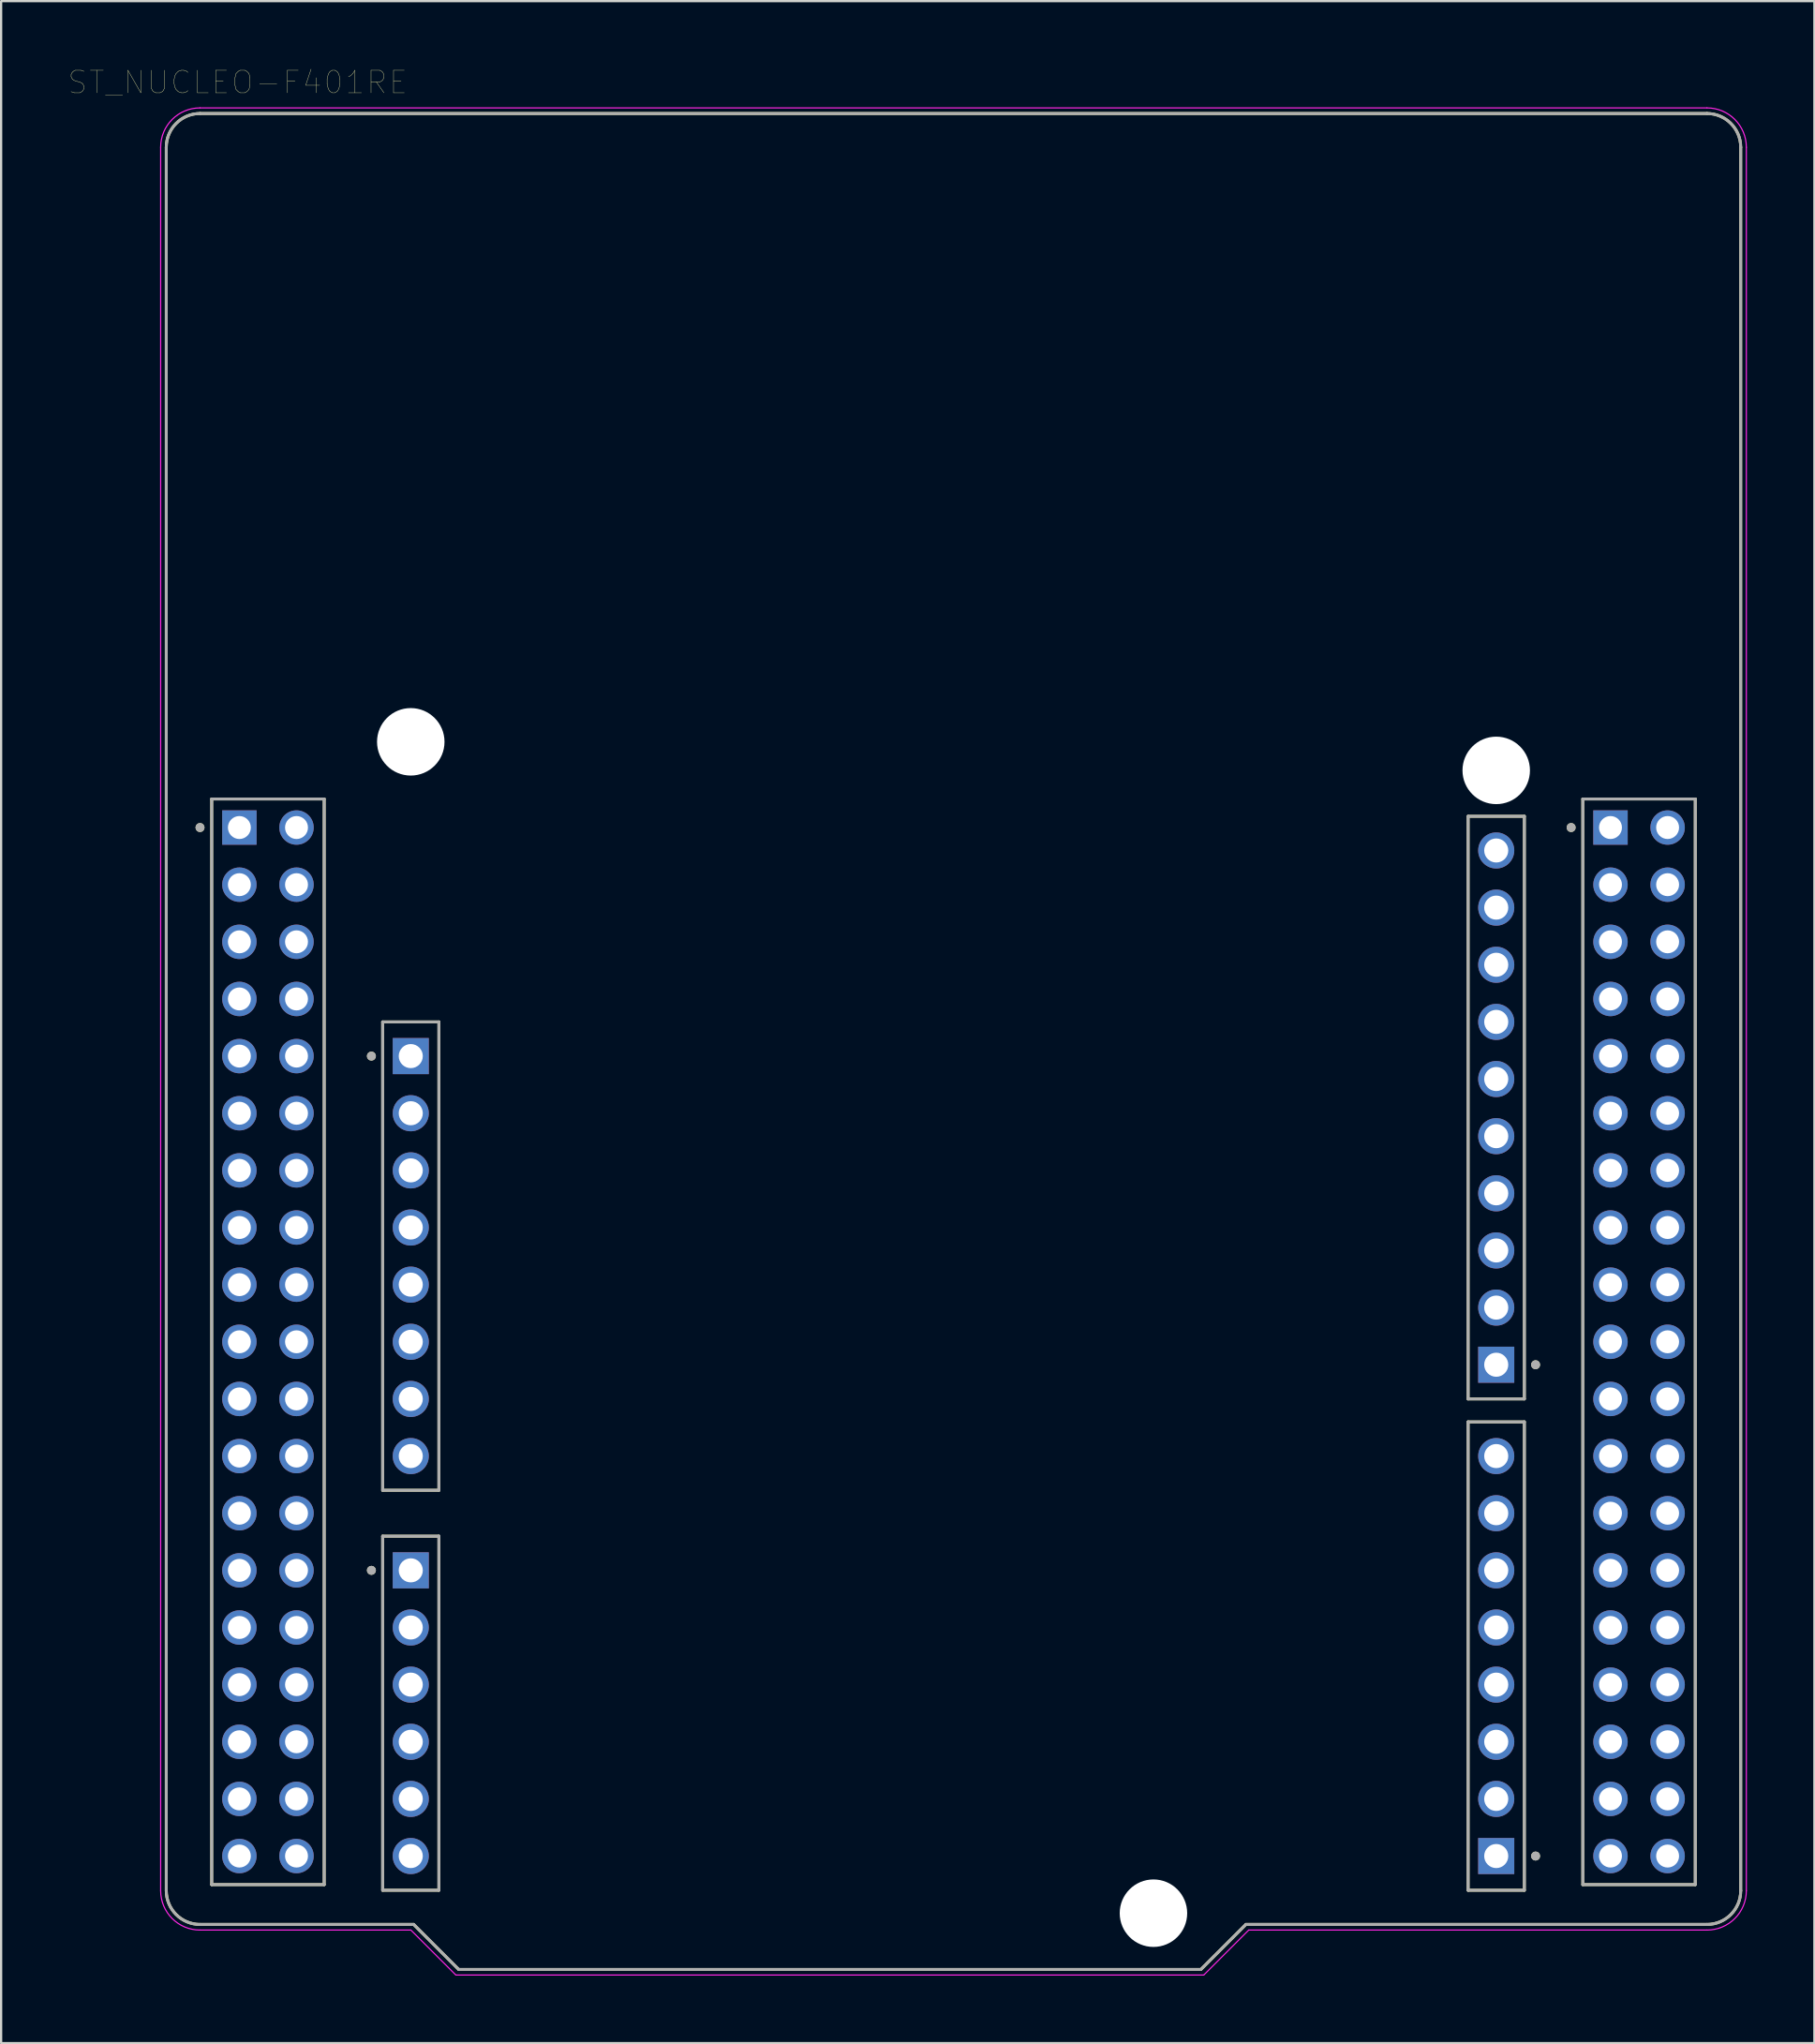
<source format=kicad_pcb>
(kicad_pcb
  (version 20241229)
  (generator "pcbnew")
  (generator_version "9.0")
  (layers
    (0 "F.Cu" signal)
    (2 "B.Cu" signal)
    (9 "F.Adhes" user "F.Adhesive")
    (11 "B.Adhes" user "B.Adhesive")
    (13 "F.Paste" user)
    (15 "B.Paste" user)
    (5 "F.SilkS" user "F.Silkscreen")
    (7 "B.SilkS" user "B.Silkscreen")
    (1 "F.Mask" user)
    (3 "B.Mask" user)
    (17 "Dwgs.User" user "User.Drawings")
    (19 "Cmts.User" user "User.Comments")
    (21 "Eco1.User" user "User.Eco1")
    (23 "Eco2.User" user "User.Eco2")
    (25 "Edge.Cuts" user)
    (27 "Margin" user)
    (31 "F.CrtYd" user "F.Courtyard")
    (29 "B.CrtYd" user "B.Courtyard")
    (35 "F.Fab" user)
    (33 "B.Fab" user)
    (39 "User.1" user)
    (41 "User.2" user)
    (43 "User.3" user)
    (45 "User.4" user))
  (footprint "ST_NUCLEO-F401RE"
    (layer "F.Cu")
    (at 39.343 43.246)
    (property "Reference" "ST_NUCLEO-F401RE" (at -31.825 -42.635 0) (layer "F.SilkS") (effects (font (size 1 1) (thickness 0.015))))
    (attr through_hole)
    (fp_line (start -35 37.75) (end -35 -39.75) (stroke (width 0.127) (type solid)) (layer "F.SilkS"))
    (fp_line (start -33.5 -41.25) (end 33.5 -41.25) (stroke (width 0.127) (type solid)) (layer "F.SilkS"))
    (fp_line (start -32.98 -10.78) (end -32.98 37.48) (stroke (width 0.127) (type solid)) (layer "F.SilkS"))
    (fp_line (start -32.98 37.48) (end -27.98 37.48) (stroke (width 0.127) (type solid)) (layer "F.SilkS"))
    (fp_line (start -27.98 -10.78) (end -32.98 -10.78) (stroke (width 0.127) (type solid)) (layer "F.SilkS"))
    (fp_line (start -27.98 37.48) (end -27.98 -10.78) (stroke (width 0.127) (type solid)) (layer "F.SilkS"))
    (fp_line (start -25.38 -0.87) (end -25.38 19.95) (stroke (width 0.127) (type solid)) (layer "F.SilkS"))
    (fp_line (start -25.38 19.95) (end -22.88 19.95) (stroke (width 0.127) (type solid)) (layer "F.SilkS"))
    (fp_line (start -25.38 21.99) (end -25.38 37.73) (stroke (width 0.127) (type solid)) (layer "F.SilkS"))
    (fp_line (start -25.38 37.73) (end -22.88 37.73) (stroke (width 0.127) (type solid)) (layer "F.SilkS"))
    (fp_line (start -24 39.25) (end -33.5 39.25) (stroke (width 0.127) (type solid)) (layer "F.SilkS"))
    (fp_line (start -22.88 -0.87) (end -25.38 -0.87) (stroke (width 0.127) (type solid)) (layer "F.SilkS"))
    (fp_line (start -22.88 19.95) (end -22.88 -0.87) (stroke (width 0.127) (type solid)) (layer "F.SilkS"))
    (fp_line (start -22.88 21.99) (end -25.38 21.99) (stroke (width 0.127) (type solid)) (layer "F.SilkS"))
    (fp_line (start -22.88 37.73) (end -22.88 21.99) (stroke (width 0.127) (type solid)) (layer "F.SilkS"))
    (fp_line (start -22 41.25) (end -24 39.25) (stroke (width 0.127) (type solid)) (layer "F.SilkS"))
    (fp_line (start 11 41.25) (end -22 41.25) (stroke (width 0.127) (type solid)) (layer "F.SilkS"))
    (fp_line (start 13 39.25) (end 11 41.25) (stroke (width 0.127) (type solid)) (layer "F.SilkS"))
    (fp_line (start 22.88 -10.01) (end 22.88 15.89) (stroke (width 0.127) (type solid)) (layer "F.SilkS"))
    (fp_line (start 22.88 15.89) (end 25.38 15.89) (stroke (width 0.127) (type solid)) (layer "F.SilkS"))
    (fp_line (start 22.88 16.91) (end 22.88 37.73) (stroke (width 0.127) (type solid)) (layer "F.SilkS"))
    (fp_line (start 22.88 37.73) (end 25.38 37.73) (stroke (width 0.127) (type solid)) (layer "F.SilkS"))
    (fp_line (start 25.38 -10.01) (end 22.88 -10.01) (stroke (width 0.127) (type solid)) (layer "F.SilkS"))
    (fp_line (start 25.38 15.89) (end 25.38 -10.01) (stroke (width 0.127) (type solid)) (layer "F.SilkS"))
    (fp_line (start 25.38 16.91) (end 22.88 16.91) (stroke (width 0.127) (type solid)) (layer "F.SilkS"))
    (fp_line (start 25.38 37.73) (end 25.38 16.91) (stroke (width 0.127) (type solid)) (layer "F.SilkS"))
    (fp_line (start 27.98 -10.78) (end 27.98 37.48) (stroke (width 0.127) (type solid)) (layer "F.SilkS"))
    (fp_line (start 27.98 37.48) (end 32.98 37.48) (stroke (width 0.127) (type solid)) (layer "F.SilkS"))
    (fp_line (start 32.98 -10.78) (end 27.98 -10.78) (stroke (width 0.127) (type solid)) (layer "F.SilkS"))
    (fp_line (start 32.98 37.48) (end 32.98 -10.78) (stroke (width 0.127) (type solid)) (layer "F.SilkS"))
    (fp_line (start 33.5 39.25) (end 13 39.25) (stroke (width 0.127) (type solid)) (layer "F.SilkS"))
    (fp_line (start 35 -39.75) (end 35 37.75) (stroke (width 0.127) (type solid)) (layer "F.SilkS"))
    (fp_arc (start -35 -39.75) (mid -34.56066 -40.81066) (end -33.5 -41.25) (stroke (width 0.127) (type solid)) (layer "F.SilkS"))
    (fp_arc (start -33.5 39.25) (mid -34.56066 38.81066) (end -35 37.75) (stroke (width 0.127) (type solid)) (layer "F.SilkS"))
    (fp_arc (start 33.5 -41.25) (mid 34.56066 -40.81066) (end 35 -39.75) (stroke (width 0.127) (type solid)) (layer "F.SilkS"))
    (fp_arc (start 35 37.75) (mid 34.56066 38.81066) (end 33.5 39.25) (stroke (width 0.127) (type solid)) (layer "F.SilkS"))
    (fp_circle (center -33.5 -9.51) (end -33.4 -9.51) (stroke (width 0.2) (type solid)) (fill no) (layer "F.SilkS"))
    (fp_circle (center -25.88 0.65) (end -25.78 0.65) (stroke (width 0.2) (type solid)) (fill no) (layer "F.SilkS"))
    (fp_circle (center -25.88 23.51) (end -25.78 23.51) (stroke (width 0.2) (type solid)) (fill no) (layer "F.SilkS"))
    (fp_circle (center 25.88 14.37) (end 25.98 14.37) (stroke (width 0.2) (type solid)) (fill no) (layer "F.SilkS"))
    (fp_circle (center 25.88 36.21) (end 25.98 36.21) (stroke (width 0.2) (type solid)) (fill no) (layer "F.SilkS"))
    (fp_circle (center 27.46 -9.51) (end 27.56 -9.51) (stroke (width 0.2) (type solid)) (fill no) (layer "F.SilkS"))
    (fp_line (start -35.25 37.75) (end -35.25 -39.75) (stroke (width 0.05) (type solid)) (layer "F.CrtYd"))
    (fp_line (start -33.5 -41.5) (end 33.5 -41.5) (stroke (width 0.05) (type solid)) (layer "F.CrtYd"))
    (fp_line (start -24.125 39.5) (end -33.5 39.5) (stroke (width 0.05) (type solid)) (layer "F.CrtYd"))
    (fp_line (start -22.125 41.5) (end -24.125 39.5) (stroke (width 0.05) (type solid)) (layer "F.CrtYd"))
    (fp_line (start 11.125 41.5) (end -22.125 41.5) (stroke (width 0.05) (type solid)) (layer "F.CrtYd"))
    (fp_line (start 13.125 39.5) (end 11.125 41.5) (stroke (width 0.05) (type solid)) (layer "F.CrtYd"))
    (fp_line (start 33.5 39.5) (end 13.125 39.5) (stroke (width 0.05) (type solid)) (layer "F.CrtYd"))
    (fp_line (start 35.25 -39.75) (end 35.25 37.75) (stroke (width 0.05) (type solid)) (layer "F.CrtYd"))
    (fp_arc (start -35.25 -39.75) (mid -34.737437 -40.987437) (end -33.5 -41.5) (stroke (width 0.05) (type solid)) (layer "F.CrtYd"))
    (fp_arc (start -33.5 39.5) (mid -34.737437 38.987437) (end -35.25 37.75) (stroke (width 0.05) (type solid)) (layer "F.CrtYd"))
    (fp_arc (start 33.5 -41.5) (mid 34.737437 -40.987437) (end 35.25 -39.75) (stroke (width 0.05) (type solid)) (layer "F.CrtYd"))
    (fp_arc (start 35.25 37.75) (mid 34.737437 38.987437) (end 33.5 39.5) (stroke (width 0.05) (type solid)) (layer "F.CrtYd"))
    (fp_line (start -35 37.75) (end -35 -39.75) (stroke (width 0.127) (type solid)) (layer "F.Fab"))
    (fp_line (start -33.5 -41.25) (end 33.5 -41.25) (stroke (width 0.127) (type solid)) (layer "F.Fab"))
    (fp_line (start -32.98 -10.78) (end -32.98 37.48) (stroke (width 0.127) (type solid)) (layer "F.Fab"))
    (fp_line (start -32.98 37.48) (end -27.98 37.48) (stroke (width 0.127) (type solid)) (layer "F.Fab"))
    (fp_line (start -27.98 -10.78) (end -32.98 -10.78) (stroke (width 0.127) (type solid)) (layer "F.Fab"))
    (fp_line (start -27.98 37.48) (end -27.98 -10.78) (stroke (width 0.127) (type solid)) (layer "F.Fab"))
    (fp_line (start -25.38 -0.87) (end -25.38 19.95) (stroke (width 0.127) (type solid)) (layer "F.Fab"))
    (fp_line (start -25.38 19.95) (end -22.88 19.95) (stroke (width 0.127) (type solid)) (layer "F.Fab"))
    (fp_line (start -25.38 21.99) (end -25.38 37.73) (stroke (width 0.127) (type solid)) (layer "F.Fab"))
    (fp_line (start -25.38 37.73) (end -22.88 37.73) (stroke (width 0.127) (type solid)) (layer "F.Fab"))
    (fp_line (start -24 39.25) (end -33.5 39.25) (stroke (width 0.127) (type solid)) (layer "F.Fab"))
    (fp_line (start -22.88 -0.87) (end -25.38 -0.87) (stroke (width 0.127) (type solid)) (layer "F.Fab"))
    (fp_line (start -22.88 19.95) (end -22.88 -0.87) (stroke (width 0.127) (type solid)) (layer "F.Fab"))
    (fp_line (start -22.88 21.99) (end -25.38 21.99) (stroke (width 0.127) (type solid)) (layer "F.Fab"))
    (fp_line (start -22.88 37.73) (end -22.88 21.99) (stroke (width 0.127) (type solid)) (layer "F.Fab"))
    (fp_line (start -22 41.25) (end -24 39.25) (stroke (width 0.127) (type solid)) (layer "F.Fab"))
    (fp_line (start 11 41.25) (end -22 41.25) (stroke (width 0.127) (type solid)) (layer "F.Fab"))
    (fp_line (start 13 39.25) (end 11 41.25) (stroke (width 0.127) (type solid)) (layer "F.Fab"))
    (fp_line (start 22.88 -10.01) (end 22.88 15.89) (stroke (width 0.127) (type solid)) (layer "F.Fab"))
    (fp_line (start 22.88 15.89) (end 25.38 15.89) (stroke (width 0.127) (type solid)) (layer "F.Fab"))
    (fp_line (start 22.88 16.91) (end 22.88 37.73) (stroke (width 0.127) (type solid)) (layer "F.Fab"))
    (fp_line (start 22.88 37.73) (end 25.38 37.73) (stroke (width 0.127) (type solid)) (layer "F.Fab"))
    (fp_line (start 25.38 -10.01) (end 22.88 -10.01) (stroke (width 0.127) (type solid)) (layer "F.Fab"))
    (fp_line (start 25.38 15.89) (end 25.38 -10.01) (stroke (width 0.127) (type solid)) (layer "F.Fab"))
    (fp_line (start 25.38 16.91) (end 22.88 16.91) (stroke (width 0.127) (type solid)) (layer "F.Fab"))
    (fp_line (start 25.38 37.73) (end 25.38 16.91) (stroke (width 0.127) (type solid)) (layer "F.Fab"))
    (fp_line (start 27.98 -10.78) (end 27.98 37.48) (stroke (width 0.127) (type solid)) (layer "F.Fab"))
    (fp_line (start 27.98 37.48) (end 32.98 37.48) (stroke (width 0.127) (type solid)) (layer "F.Fab"))
    (fp_line (start 32.98 -10.78) (end 27.98 -10.78) (stroke (width 0.127) (type solid)) (layer "F.Fab"))
    (fp_line (start 32.98 37.48) (end 32.98 -10.78) (stroke (width 0.127) (type solid)) (layer "F.Fab"))
    (fp_line (start 33.5 39.25) (end 13 39.25) (stroke (width 0.127) (type solid)) (layer "F.Fab"))
    (fp_line (start 35 -39.75) (end 35 37.75) (stroke (width 0.127) (type solid)) (layer "F.Fab"))
    (fp_arc (start -35 -39.75) (mid -34.56066 -40.81066) (end -33.5 -41.25) (stroke (width 0.127) (type solid)) (layer "F.Fab"))
    (fp_arc (start -33.5 39.25) (mid -34.56066 38.81066) (end -35 37.75) (stroke (width 0.127) (type solid)) (layer "F.Fab"))
    (fp_arc (start 33.5 -41.25) (mid 34.56066 -40.81066) (end 35 -39.75) (stroke (width 0.127) (type solid)) (layer "F.Fab"))
    (fp_arc (start 35 37.75) (mid 34.56066 38.81066) (end 33.5 39.25) (stroke (width 0.127) (type solid)) (layer "F.Fab"))
    (fp_circle (center -33.5 -9.51) (end -33.4 -9.51) (stroke (width 0.2) (type solid)) (fill no) (layer "F.Fab"))
    (fp_circle (center -25.88 0.65) (end -25.78 0.65) (stroke (width 0.2) (type solid)) (fill no) (layer "F.Fab"))
    (fp_circle (center -25.88 23.51) (end -25.78 23.51) (stroke (width 0.2) (type solid)) (fill no) (layer "F.Fab"))
    (fp_circle (center 25.88 14.37) (end 25.98 14.37) (stroke (width 0.2) (type solid)) (fill no) (layer "F.Fab"))
    (fp_circle (center 25.88 36.21) (end 25.98 36.21) (stroke (width 0.2) (type solid)) (fill no) (layer "F.Fab"))
    (fp_circle (center 27.46 -9.51) (end 27.56 -9.51) (stroke (width 0.2) (type solid)) (fill no) (layer "F.Fab"))
    (pad "" np_thru_hole circle (at -24.13 -13.32) (size 3 3) (drill 3) (layers "*.Cu" "*.Mask"))
    (pad "" np_thru_hole circle (at 8.89 38.75) (size 3 3) (drill 3) (layers "*.Cu" "*.Mask"))
    (pad "" np_thru_hole circle (at 24.13 -12.05) (size 3 3) (drill 3) (layers "*.Cu" "*.Mask"))
    (pad "CN5_1" thru_hole rect (at 24.13 14.37) (size 1.605 1.605) (drill 1.07) (layers "*.Cu" "*.Mask"))
    (pad "CN5_2" thru_hole circle (at 24.13 11.83) (size 1.605 1.605) (drill 1.07) (layers "*.Cu" "*.Mask"))
    (pad "CN5_3" thru_hole circle (at 24.13 9.29) (size 1.605 1.605) (drill 1.07) (layers "*.Cu" "*.Mask"))
    (pad "CN5_4" thru_hole circle (at 24.13 6.75) (size 1.605 1.605) (drill 1.07) (layers "*.Cu" "*.Mask"))
    (pad "CN5_5" thru_hole circle (at 24.13 4.21) (size 1.605 1.605) (drill 1.07) (layers "*.Cu" "*.Mask"))
    (pad "CN5_6" thru_hole circle (at 24.13 1.67) (size 1.605 1.605) (drill 1.07) (layers "*.Cu" "*.Mask"))
    (pad "CN5_7" thru_hole circle (at 24.13 -0.87) (size 1.605 1.605) (drill 1.07) (layers "*.Cu" "*.Mask"))
    (pad "CN5_8" thru_hole circle (at 24.13 -3.41) (size 1.605 1.605) (drill 1.07) (layers "*.Cu" "*.Mask"))
    (pad "CN5_9" thru_hole circle (at 24.13 -5.95) (size 1.605 1.605) (drill 1.07) (layers "*.Cu" "*.Mask"))
    (pad "CN5_10" thru_hole circle (at 24.13 -8.49) (size 1.605 1.605) (drill 1.07) (layers "*.Cu" "*.Mask"))
    (pad "CN6_1" thru_hole rect (at -24.13 0.65) (size 1.605 1.605) (drill 1.07) (layers "*.Cu" "*.Mask"))
    (pad "CN6_2" thru_hole circle (at -24.13 3.19) (size 1.605 1.605) (drill 1.07) (layers "*.Cu" "*.Mask"))
    (pad "CN6_3" thru_hole circle (at -24.13 5.73) (size 1.605 1.605) (drill 1.07) (layers "*.Cu" "*.Mask"))
    (pad "CN6_4" thru_hole circle (at -24.13 8.27) (size 1.605 1.605) (drill 1.07) (layers "*.Cu" "*.Mask"))
    (pad "CN6_5" thru_hole circle (at -24.13 10.81) (size 1.605 1.605) (drill 1.07) (layers "*.Cu" "*.Mask"))
    (pad "CN6_6" thru_hole circle (at -24.13 13.35) (size 1.605 1.605) (drill 1.07) (layers "*.Cu" "*.Mask"))
    (pad "CN6_7" thru_hole circle (at -24.13 15.89) (size 1.605 1.605) (drill 1.07) (layers "*.Cu" "*.Mask"))
    (pad "CN6_8" thru_hole circle (at -24.13 18.43) (size 1.605 1.605) (drill 1.07) (layers "*.Cu" "*.Mask"))
    (pad "CN7_1" thru_hole rect (at -31.75 -9.51) (size 1.53 1.53) (drill 1.02) (layers "*.Cu" "*.Mask"))
    (pad "CN7_2" thru_hole circle (at -29.21 -9.51) (size 1.53 1.53) (drill 1.02) (layers "*.Cu" "*.Mask"))
    (pad "CN7_3" thru_hole circle (at -31.75 -6.97) (size 1.53 1.53) (drill 1.02) (layers "*.Cu" "*.Mask"))
    (pad "CN7_4" thru_hole circle (at -29.21 -6.97) (size 1.53 1.53) (drill 1.02) (layers "*.Cu" "*.Mask"))
    (pad "CN7_5" thru_hole circle (at -31.75 -4.43) (size 1.53 1.53) (drill 1.02) (layers "*.Cu" "*.Mask"))
    (pad "CN7_6" thru_hole circle (at -29.21 -4.43) (size 1.53 1.53) (drill 1.02) (layers "*.Cu" "*.Mask"))
    (pad "CN7_7" thru_hole circle (at -31.75 -1.89) (size 1.53 1.53) (drill 1.02) (layers "*.Cu" "*.Mask"))
    (pad "CN7_8" thru_hole circle (at -29.21 -1.89) (size 1.53 1.53) (drill 1.02) (layers "*.Cu" "*.Mask"))
    (pad "CN7_9" thru_hole circle (at -31.75 0.65) (size 1.53 1.53) (drill 1.02) (layers "*.Cu" "*.Mask"))
    (pad "CN7_10" thru_hole circle (at -29.21 0.65) (size 1.53 1.53) (drill 1.02) (layers "*.Cu" "*.Mask"))
    (pad "CN7_11" thru_hole circle (at -31.75 3.19) (size 1.53 1.53) (drill 1.02) (layers "*.Cu" "*.Mask"))
    (pad "CN7_12" thru_hole circle (at -29.21 3.19) (size 1.53 1.53) (drill 1.02) (layers "*.Cu" "*.Mask"))
    (pad "CN7_13" thru_hole circle (at -31.75 5.73) (size 1.53 1.53) (drill 1.02) (layers "*.Cu" "*.Mask"))
    (pad "CN7_14" thru_hole circle (at -29.21 5.73) (size 1.53 1.53) (drill 1.02) (layers "*.Cu" "*.Mask"))
    (pad "CN7_15" thru_hole circle (at -31.75 8.27) (size 1.53 1.53) (drill 1.02) (layers "*.Cu" "*.Mask"))
    (pad "CN7_16" thru_hole circle (at -29.21 8.27) (size 1.53 1.53) (drill 1.02) (layers "*.Cu" "*.Mask"))
    (pad "CN7_17" thru_hole circle (at -31.75 10.81) (size 1.53 1.53) (drill 1.02) (layers "*.Cu" "*.Mask"))
    (pad "CN7_18" thru_hole circle (at -29.21 10.81) (size 1.53 1.53) (drill 1.02) (layers "*.Cu" "*.Mask"))
    (pad "CN7_19" thru_hole circle (at -31.75 13.35) (size 1.53 1.53) (drill 1.02) (layers "*.Cu" "*.Mask"))
    (pad "CN7_20" thru_hole circle (at -29.21 13.35) (size 1.53 1.53) (drill 1.02) (layers "*.Cu" "*.Mask"))
    (pad "CN7_21" thru_hole circle (at -31.75 15.89) (size 1.53 1.53) (drill 1.02) (layers "*.Cu" "*.Mask"))
    (pad "CN7_22" thru_hole circle (at -29.21 15.89) (size 1.53 1.53) (drill 1.02) (layers "*.Cu" "*.Mask"))
    (pad "CN7_23" thru_hole circle (at -31.75 18.43) (size 1.53 1.53) (drill 1.02) (layers "*.Cu" "*.Mask"))
    (pad "CN7_24" thru_hole circle (at -29.21 18.43) (size 1.53 1.53) (drill 1.02) (layers "*.Cu" "*.Mask"))
    (pad "CN7_25" thru_hole circle (at -31.75 20.97) (size 1.53 1.53) (drill 1.02) (layers "*.Cu" "*.Mask"))
    (pad "CN7_26" thru_hole circle (at -29.21 20.97) (size 1.53 1.53) (drill 1.02) (layers "*.Cu" "*.Mask"))
    (pad "CN7_27" thru_hole circle (at -31.75 23.51) (size 1.53 1.53) (drill 1.02) (layers "*.Cu" "*.Mask"))
    (pad "CN7_28" thru_hole circle (at -29.21 23.51) (size 1.53 1.53) (drill 1.02) (layers "*.Cu" "*.Mask"))
    (pad "CN7_29" thru_hole circle (at -31.75 26.05) (size 1.53 1.53) (drill 1.02) (layers "*.Cu" "*.Mask"))
    (pad "CN7_30" thru_hole circle (at -29.21 26.05) (size 1.53 1.53) (drill 1.02) (layers "*.Cu" "*.Mask"))
    (pad "CN7_31" thru_hole circle (at -31.75 28.59) (size 1.53 1.53) (drill 1.02) (layers "*.Cu" "*.Mask"))
    (pad "CN7_32" thru_hole circle (at -29.21 28.59) (size 1.53 1.53) (drill 1.02) (layers "*.Cu" "*.Mask"))
    (pad "CN7_33" thru_hole circle (at -31.75 31.13) (size 1.53 1.53) (drill 1.02) (layers "*.Cu" "*.Mask"))
    (pad "CN7_34" thru_hole circle (at -29.21 31.13) (size 1.53 1.53) (drill 1.02) (layers "*.Cu" "*.Mask"))
    (pad "CN7_35" thru_hole circle (at -31.75 33.67) (size 1.53 1.53) (drill 1.02) (layers "*.Cu" "*.Mask"))
    (pad "CN7_36" thru_hole circle (at -29.21 33.67) (size 1.53 1.53) (drill 1.02) (layers "*.Cu" "*.Mask"))
    (pad "CN7_37" thru_hole circle (at -31.75 36.21) (size 1.53 1.53) (drill 1.02) (layers "*.Cu" "*.Mask"))
    (pad "CN7_38" thru_hole circle (at -29.21 36.21) (size 1.53 1.53) (drill 1.02) (layers "*.Cu" "*.Mask"))
    (pad "CN8_1" thru_hole rect (at -24.13 23.51) (size 1.605 1.605) (drill 1.07) (layers "*.Cu" "*.Mask"))
    (pad "CN8_2" thru_hole circle (at -24.13 26.05) (size 1.605 1.605) (drill 1.07) (layers "*.Cu" "*.Mask"))
    (pad "CN8_3" thru_hole circle (at -24.13 28.59) (size 1.605 1.605) (drill 1.07) (layers "*.Cu" "*.Mask"))
    (pad "CN8_4" thru_hole circle (at -24.13 31.13) (size 1.605 1.605) (drill 1.07) (layers "*.Cu" "*.Mask"))
    (pad "CN8_5" thru_hole circle (at -24.13 33.67) (size 1.605 1.605) (drill 1.07) (layers "*.Cu" "*.Mask"))
    (pad "CN8_6" thru_hole circle (at -24.13 36.21) (size 1.605 1.605) (drill 1.07) (layers "*.Cu" "*.Mask"))
    (pad "CN9_1" thru_hole rect (at 24.13 36.21) (size 1.605 1.605) (drill 1.07) (layers "*.Cu" "*.Mask"))
    (pad "CN9_2" thru_hole circle (at 24.13 33.67) (size 1.605 1.605) (drill 1.07) (layers "*.Cu" "*.Mask"))
    (pad "CN9_3" thru_hole circle (at 24.13 31.13) (size 1.605 1.605) (drill 1.07) (layers "*.Cu" "*.Mask"))
    (pad "CN9_4" thru_hole circle (at 24.13 28.59) (size 1.605 1.605) (drill 1.07) (layers "*.Cu" "*.Mask"))
    (pad "CN9_5" thru_hole circle (at 24.13 26.05) (size 1.605 1.605) (drill 1.07) (layers "*.Cu" "*.Mask"))
    (pad "CN9_6" thru_hole circle (at 24.13 23.51) (size 1.605 1.605) (drill 1.07) (layers "*.Cu" "*.Mask"))
    (pad "CN9_7" thru_hole circle (at 24.13 20.97) (size 1.605 1.605) (drill 1.07) (layers "*.Cu" "*.Mask"))
    (pad "CN9_8" thru_hole circle (at 24.13 18.43) (size 1.605 1.605) (drill 1.07) (layers "*.Cu" "*.Mask"))
    (pad "CN10_1" thru_hole rect (at 29.21 -9.51) (size 1.53 1.53) (drill 1.02) (layers "*.Cu" "*.Mask"))
    (pad "CN10_2" thru_hole circle (at 31.75 -9.51) (size 1.53 1.53) (drill 1.02) (layers "*.Cu" "*.Mask"))
    (pad "CN10_3" thru_hole circle (at 29.21 -6.97) (size 1.53 1.53) (drill 1.02) (layers "*.Cu" "*.Mask"))
    (pad "CN10_4" thru_hole circle (at 31.75 -6.97) (size 1.53 1.53) (drill 1.02) (layers "*.Cu" "*.Mask"))
    (pad "CN10_5" thru_hole circle (at 29.21 -4.43) (size 1.53 1.53) (drill 1.02) (layers "*.Cu" "*.Mask"))
    (pad "CN10_6" thru_hole circle (at 31.75 -4.43) (size 1.53 1.53) (drill 1.02) (layers "*.Cu" "*.Mask"))
    (pad "CN10_7" thru_hole circle (at 29.21 -1.89) (size 1.53 1.53) (drill 1.02) (layers "*.Cu" "*.Mask"))
    (pad "CN10_8" thru_hole circle (at 31.75 -1.89) (size 1.53 1.53) (drill 1.02) (layers "*.Cu" "*.Mask"))
    (pad "CN10_9" thru_hole circle (at 29.21 0.65) (size 1.53 1.53) (drill 1.02) (layers "*.Cu" "*.Mask"))
    (pad "CN10_10" thru_hole circle (at 31.75 0.65) (size 1.53 1.53) (drill 1.02) (layers "*.Cu" "*.Mask"))
    (pad "CN10_11" thru_hole circle (at 29.21 3.19) (size 1.53 1.53) (drill 1.02) (layers "*.Cu" "*.Mask"))
    (pad "CN10_12" thru_hole circle (at 31.75 3.19) (size 1.53 1.53) (drill 1.02) (layers "*.Cu" "*.Mask"))
    (pad "CN10_13" thru_hole circle (at 29.21 5.73) (size 1.53 1.53) (drill 1.02) (layers "*.Cu" "*.Mask"))
    (pad "CN10_14" thru_hole circle (at 31.75 5.73) (size 1.53 1.53) (drill 1.02) (layers "*.Cu" "*.Mask"))
    (pad "CN10_15" thru_hole circle (at 29.21 8.27) (size 1.53 1.53) (drill 1.02) (layers "*.Cu" "*.Mask"))
    (pad "CN10_16" thru_hole circle (at 31.75 8.27) (size 1.53 1.53) (drill 1.02) (layers "*.Cu" "*.Mask"))
    (pad "CN10_17" thru_hole circle (at 29.21 10.81) (size 1.53 1.53) (drill 1.02) (layers "*.Cu" "*.Mask"))
    (pad "CN10_18" thru_hole circle (at 31.75 10.81) (size 1.53 1.53) (drill 1.02) (layers "*.Cu" "*.Mask"))
    (pad "CN10_19" thru_hole circle (at 29.21 13.35) (size 1.53 1.53) (drill 1.02) (layers "*.Cu" "*.Mask"))
    (pad "CN10_20" thru_hole circle (at 31.75 13.35) (size 1.53 1.53) (drill 1.02) (layers "*.Cu" "*.Mask"))
    (pad "CN10_21" thru_hole circle (at 29.21 15.89) (size 1.53 1.53) (drill 1.02) (layers "*.Cu" "*.Mask"))
    (pad "CN10_22" thru_hole circle (at 31.75 15.89) (size 1.53 1.53) (drill 1.02) (layers "*.Cu" "*.Mask"))
    (pad "CN10_23" thru_hole circle (at 29.21 18.43) (size 1.53 1.53) (drill 1.02) (layers "*.Cu" "*.Mask"))
    (pad "CN10_24" thru_hole circle (at 31.75 18.43) (size 1.53 1.53) (drill 1.02) (layers "*.Cu" "*.Mask"))
    (pad "CN10_25" thru_hole circle (at 29.21 20.97) (size 1.53 1.53) (drill 1.02) (layers "*.Cu" "*.Mask"))
    (pad "CN10_26" thru_hole circle (at 31.75 20.97) (size 1.53 1.53) (drill 1.02) (layers "*.Cu" "*.Mask"))
    (pad "CN10_27" thru_hole circle (at 29.21 23.51) (size 1.53 1.53) (drill 1.02) (layers "*.Cu" "*.Mask"))
    (pad "CN10_28" thru_hole circle (at 31.75 23.51) (size 1.53 1.53) (drill 1.02) (layers "*.Cu" "*.Mask"))
    (pad "CN10_29" thru_hole circle (at 29.21 26.05) (size 1.53 1.53) (drill 1.02) (layers "*.Cu" "*.Mask"))
    (pad "CN10_30" thru_hole circle (at 31.75 26.05) (size 1.53 1.53) (drill 1.02) (layers "*.Cu" "*.Mask"))
    (pad "CN10_31" thru_hole circle (at 29.21 28.59) (size 1.53 1.53) (drill 1.02) (layers "*.Cu" "*.Mask"))
    (pad "CN10_32" thru_hole circle (at 31.75 28.59) (size 1.53 1.53) (drill 1.02) (layers "*.Cu" "*.Mask"))
    (pad "CN10_33" thru_hole circle (at 29.21 31.13) (size 1.53 1.53) (drill 1.02) (layers "*.Cu" "*.Mask"))
    (pad "CN10_34" thru_hole circle (at 31.75 31.13) (size 1.53 1.53) (drill 1.02) (layers "*.Cu" "*.Mask"))
    (pad "CN10_35" thru_hole circle (at 29.21 33.67) (size 1.53 1.53) (drill 1.02) (layers "*.Cu" "*.Mask"))
    (pad "CN10_36" thru_hole circle (at 31.75 33.67) (size 1.53 1.53) (drill 1.02) (layers "*.Cu" "*.Mask"))
    (pad "CN10_37" thru_hole circle (at 29.21 36.21) (size 1.53 1.53) (drill 1.02) (layers "*.Cu" "*.Mask"))
    (pad "CN10_38" thru_hole circle (at 31.75 36.21) (size 1.53 1.53) (drill 1.02) (layers "*.Cu" "*.Mask")))
  (gr_rect
    (start -3 -3)
    (end 77.618 87.771)
    (stroke (width 0.1) (type default))
    (fill no)
    (layer "Edge.Cuts")))
</source>
